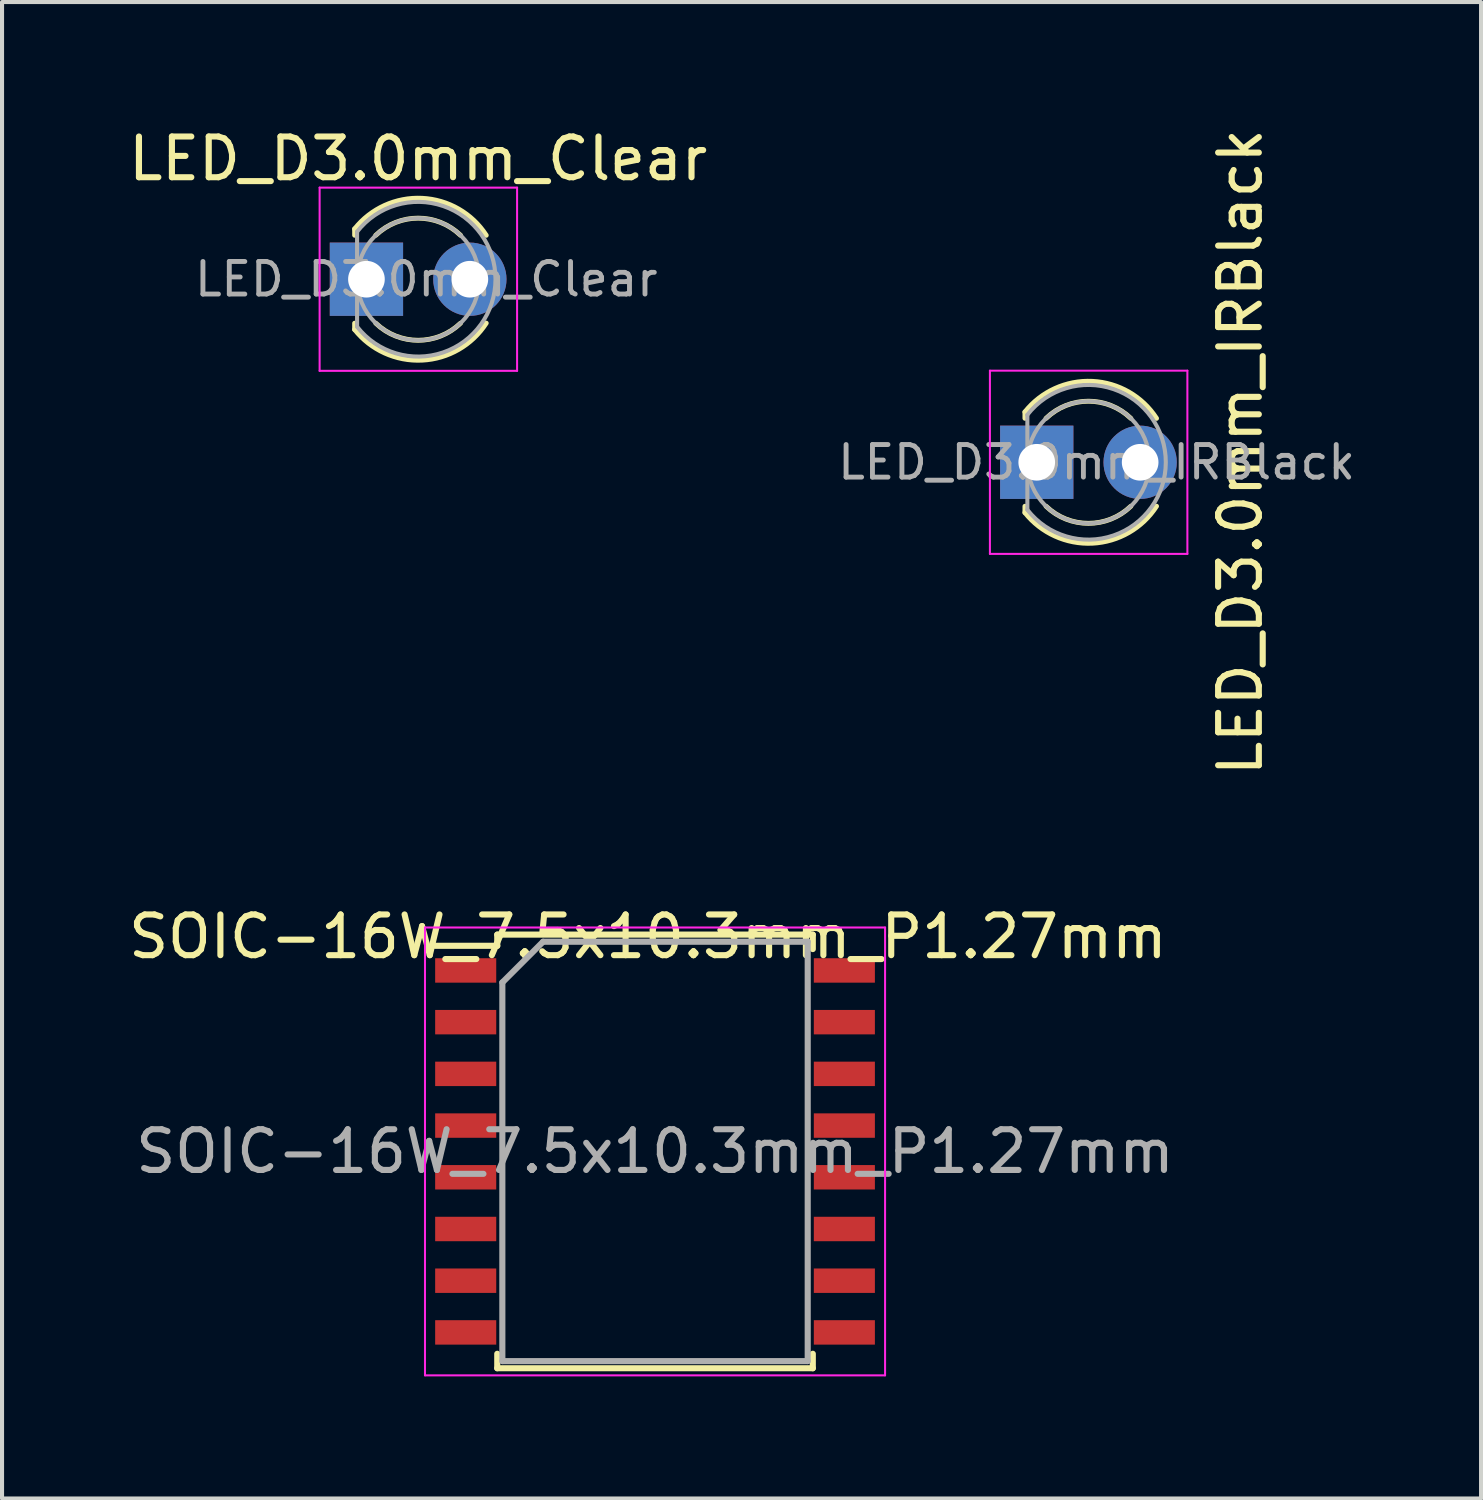
<source format=kicad_pcb>
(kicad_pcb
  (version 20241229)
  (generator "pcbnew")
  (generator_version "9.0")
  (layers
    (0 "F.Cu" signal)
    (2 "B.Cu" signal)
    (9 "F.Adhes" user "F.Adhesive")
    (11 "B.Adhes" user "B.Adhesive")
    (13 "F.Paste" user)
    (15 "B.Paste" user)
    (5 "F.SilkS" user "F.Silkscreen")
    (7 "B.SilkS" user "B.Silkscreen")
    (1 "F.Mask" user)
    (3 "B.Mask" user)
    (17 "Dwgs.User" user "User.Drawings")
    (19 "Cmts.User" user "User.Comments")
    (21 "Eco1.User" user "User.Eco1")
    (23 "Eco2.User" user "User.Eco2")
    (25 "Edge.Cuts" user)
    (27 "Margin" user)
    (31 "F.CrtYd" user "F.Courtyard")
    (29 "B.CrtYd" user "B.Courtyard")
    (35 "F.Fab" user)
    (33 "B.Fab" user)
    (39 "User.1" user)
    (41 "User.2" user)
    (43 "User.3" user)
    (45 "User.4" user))
  (footprint "SOIC-16W_7.5x10.3mm_P1.27mm"
    (layer "F.Cu")
    (at 13.038 25.23)
    (property "Reference" "SOIC-16W_7.5x10.3mm_P1.27mm" (at -0.175 -5.275 0) (layer "F.SilkS") (effects (font (size 1 1) (thickness 0.15))))
    (attr smd)
    (fp_line (start -3.875 -5.325) (end -3.875 -5.05) (stroke (width 0.15) (type solid)) (layer "F.SilkS"))
    (fp_line (start -3.875 -5.325) (end 3.875 -5.325) (stroke (width 0.15) (type solid)) (layer "F.SilkS"))
    (fp_line (start -3.875 -5.05) (end -5.4 -5.05) (stroke (width 0.15) (type solid)) (layer "F.SilkS"))
    (fp_line (start -3.875 5.325) (end -3.875 4.97) (stroke (width 0.15) (type solid)) (layer "F.SilkS"))
    (fp_line (start -3.875 5.325) (end 3.875 5.325) (stroke (width 0.15) (type solid)) (layer "F.SilkS"))
    (fp_line (start 3.875 -5.325) (end 3.875 -4.97) (stroke (width 0.15) (type solid)) (layer "F.SilkS"))
    (fp_line (start 3.875 5.325) (end 3.875 4.97) (stroke (width 0.15) (type solid)) (layer "F.SilkS"))
    (fp_line (start -5.65 -5.5) (end -5.65 5.5) (stroke (width 0.05) (type solid)) (layer "F.CrtYd"))
    (fp_line (start -5.65 -5.5) (end 5.65 -5.5) (stroke (width 0.05) (type solid)) (layer "F.CrtYd"))
    (fp_line (start -5.65 5.5) (end 5.65 5.5) (stroke (width 0.05) (type solid)) (layer "F.CrtYd"))
    (fp_line (start 5.65 -5.5) (end 5.65 5.5) (stroke (width 0.05) (type solid)) (layer "F.CrtYd"))
    (fp_line (start -3.75 -4.15) (end -2.75 -5.15) (stroke (width 0.15) (type solid)) (layer "F.Fab"))
    (fp_line (start -3.75 5.15) (end -3.75 -4.15) (stroke (width 0.15) (type solid)) (layer "F.Fab"))
    (fp_line (start -2.75 -5.15) (end 3.75 -5.15) (stroke (width 0.15) (type solid)) (layer "F.Fab"))
    (fp_line (start 3.75 -5.15) (end 3.75 5.15) (stroke (width 0.15) (type solid)) (layer "F.Fab"))
    (fp_line (start 3.75 5.15) (end -3.75 5.15) (stroke (width 0.15) (type solid)) (layer "F.Fab"))
    (fp_text user "${REFERENCE}" (at 0 0 0) (layer "F.Fab") (effects (font (size 1 1) (thickness 0.15))))
    (pad "1" smd rect (at -4.65 -4.445) (size 1.5 0.6) (layers "F.Cu" "F.Mask" "F.Paste"))
    (pad "2" smd rect (at -4.65 -3.175) (size 1.5 0.6) (layers "F.Cu" "F.Mask" "F.Paste"))
    (pad "3" smd rect (at -4.65 -1.905) (size 1.5 0.6) (layers "F.Cu" "F.Mask" "F.Paste"))
    (pad "4" smd rect (at -4.65 -0.635) (size 1.5 0.6) (layers "F.Cu" "F.Mask" "F.Paste"))
    (pad "5" smd rect (at -4.65 0.635) (size 1.5 0.6) (layers "F.Cu" "F.Mask" "F.Paste"))
    (pad "6" smd rect (at -4.65 1.905) (size 1.5 0.6) (layers "F.Cu" "F.Mask" "F.Paste"))
    (pad "7" smd rect (at -4.65 3.175) (size 1.5 0.6) (layers "F.Cu" "F.Mask" "F.Paste"))
    (pad "8" smd rect (at -4.65 4.445) (size 1.5 0.6) (layers "F.Cu" "F.Mask" "F.Paste"))
    (pad "9" smd rect (at 4.65 4.445) (size 1.5 0.6) (layers "F.Cu" "F.Mask" "F.Paste"))
    (pad "10" smd rect (at 4.65 3.175) (size 1.5 0.6) (layers "F.Cu" "F.Mask" "F.Paste"))
    (pad "11" smd rect (at 4.65 1.905) (size 1.5 0.6) (layers "F.Cu" "F.Mask" "F.Paste"))
    (pad "12" smd rect (at 4.65 0.635) (size 1.5 0.6) (layers "F.Cu" "F.Mask" "F.Paste"))
    (pad "13" smd rect (at 4.65 -0.635) (size 1.5 0.6) (layers "F.Cu" "F.Mask" "F.Paste"))
    (pad "14" smd rect (at 4.65 -1.905) (size 1.5 0.6) (layers "F.Cu" "F.Mask" "F.Paste"))
    (pad "15" smd rect (at 4.65 -3.175) (size 1.5 0.6) (layers "F.Cu" "F.Mask" "F.Paste"))
    (pad "16" smd rect (at 4.65 -4.445) (size 1.5 0.6) (layers "F.Cu" "F.Mask" "F.Paste")))
  (footprint "LED_D3.0mm_Clear"
    (layer "F.Cu")
    (at 5.95 3.808)
    (property "Reference" "LED_D3.0mm_Clear" (at 1.27 -2.96 0) (layer "F.SilkS") (effects (font (size 1 1) (thickness 0.15))))
    (attr through_hole)
    (fp_line (start -0.29 -1.236) (end -0.29 -1.08) (stroke (width 0.12) (type solid)) (layer "F.SilkS"))
    (fp_line (start -0.29 1.08) (end -0.29 1.236) (stroke (width 0.12) (type solid)) (layer "F.SilkS"))
    (fp_arc (start -0.29 -1.235516) (mid 1.366487 -1.987659) (end 2.942335 -1.078608) (stroke (width 0.12) (type solid)) (layer "F.SilkS"))
    (fp_arc (start 0.229039 -1.08) (mid 1.270117 -1.5) (end 2.31113 -1.079837) (stroke (width 0.12) (type solid)) (layer "F.SilkS"))
    (fp_arc (start 2.31113 1.079837) (mid 1.270117 1.5) (end 0.229039 1.08) (stroke (width 0.12) (type solid)) (layer "F.SilkS"))
    (fp_arc (start 2.942335 1.078608) (mid 1.366487 1.987659) (end -0.29 1.235516) (stroke (width 0.12) (type solid)) (layer "F.SilkS"))
    (fp_line (start -1.15 -2.25) (end -1.15 2.25) (stroke (width 0.05) (type solid)) (layer "F.CrtYd"))
    (fp_line (start -1.15 2.25) (end 3.7 2.25) (stroke (width 0.05) (type solid)) (layer "F.CrtYd"))
    (fp_line (start 3.7 -2.25) (end -1.15 -2.25) (stroke (width 0.05) (type solid)) (layer "F.CrtYd"))
    (fp_line (start 3.7 2.25) (end 3.7 -2.25) (stroke (width 0.05) (type solid)) (layer "F.CrtYd"))
    (fp_line (start -0.23 -1.166) (end -0.23 1.166) (stroke (width 0.1) (type solid)) (layer "F.Fab"))
    (fp_arc (start -0.23 -1.16619) (mid 3.17 0.000452) (end -0.230555 1.165476) (stroke (width 0.1) (type solid)) (layer "F.Fab"))
    (fp_circle (center 1.27 0) (end 2.77 0) (stroke (width 0.1) (type solid)) (fill no) (layer "F.Fab"))
    (fp_text user "${REFERENCE}" (at 1.47 0 0) (layer "F.Fab") (effects (font (size 0.8 0.8) (thickness 0.12))))
    (pad "1" thru_hole rect (at 0 0) (size 1.8 1.8) (drill 0.9) (layers "*.Cu" "*.Mask"))
    (pad "2" thru_hole circle (at 2.54 0) (size 1.8 1.8) (drill 0.9) (layers "*.Cu" "*.Mask")))
  (footprint "LED_D3.0mm_IRBlack"
    (layer "F.Cu")
    (at 22.413 8.304)
    (property "Reference" "LED_D3.0mm_IRBlack" (at 5 -0.25 90) (layer "F.SilkS") (effects (font (size 1 1) (thickness 0.15))))
    (attr through_hole)
    (fp_line (start -0.29 -1.236) (end -0.29 -1.08) (stroke (width 0.12) (type solid)) (layer "F.SilkS"))
    (fp_line (start -0.29 1.08) (end -0.29 1.236) (stroke (width 0.12) (type solid)) (layer "F.SilkS"))
    (fp_arc (start -0.29 -1.235516) (mid 1.366487 -1.987659) (end 2.942335 -1.078608) (stroke (width 0.12) (type solid)) (layer "F.SilkS"))
    (fp_arc (start 0.229039 -1.08) (mid 1.270117 -1.5) (end 2.31113 -1.079837) (stroke (width 0.12) (type solid)) (layer "F.SilkS"))
    (fp_arc (start 2.31113 1.079837) (mid 1.270117 1.5) (end 0.229039 1.08) (stroke (width 0.12) (type solid)) (layer "F.SilkS"))
    (fp_arc (start 2.942335 1.078608) (mid 1.366487 1.987659) (end -0.29 1.235516) (stroke (width 0.12) (type solid)) (layer "F.SilkS"))
    (fp_line (start -1.15 -2.25) (end -1.15 2.25) (stroke (width 0.05) (type solid)) (layer "F.CrtYd"))
    (fp_line (start -1.15 2.25) (end 3.7 2.25) (stroke (width 0.05) (type solid)) (layer "F.CrtYd"))
    (fp_line (start 3.7 -2.25) (end -1.15 -2.25) (stroke (width 0.05) (type solid)) (layer "F.CrtYd"))
    (fp_line (start 3.7 2.25) (end 3.7 -2.25) (stroke (width 0.05) (type solid)) (layer "F.CrtYd"))
    (fp_line (start -0.23 -1.166) (end -0.23 1.166) (stroke (width 0.1) (type solid)) (layer "F.Fab"))
    (fp_arc (start -0.23 -1.16619) (mid 3.17 0.000452) (end -0.230555 1.165476) (stroke (width 0.1) (type solid)) (layer "F.Fab"))
    (fp_circle (center 1.27 0) (end 2.77 0) (stroke (width 0.1) (type solid)) (fill no) (layer "F.Fab"))
    (fp_text user "${REFERENCE}" (at 1.47 0 0) (layer "F.Fab") (effects (font (size 0.8 0.8) (thickness 0.12))))
    (pad "1" thru_hole rect (at 0 0) (size 1.8 1.8) (drill 0.9) (layers "*.Cu" "*.Mask"))
    (pad "2" thru_hole circle (at 2.54 0) (size 1.8 1.8) (drill 0.9) (layers "*.Cu" "*.Mask")))
  (gr_rect
    (start -3 -3)
    (end 33.326 33.755)
    (stroke (width 0.1) (type default))
    (fill no)
    (layer "Edge.Cuts")))
</source>
